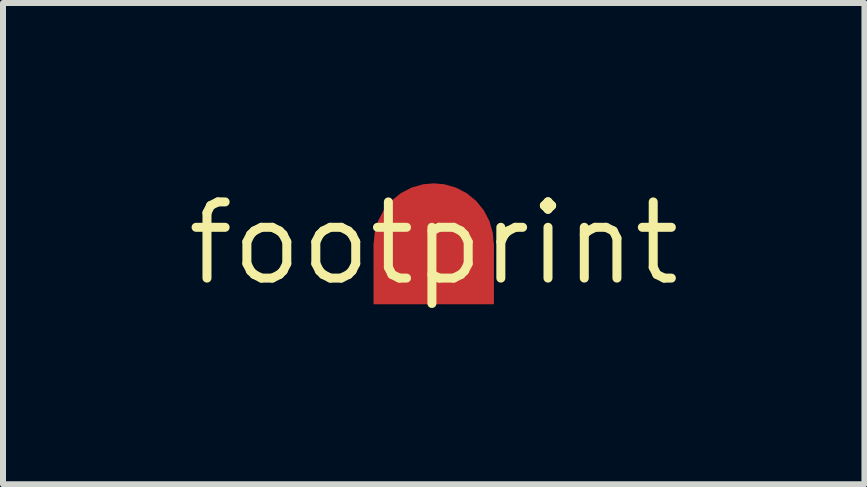
<source format=kicad_pcb>
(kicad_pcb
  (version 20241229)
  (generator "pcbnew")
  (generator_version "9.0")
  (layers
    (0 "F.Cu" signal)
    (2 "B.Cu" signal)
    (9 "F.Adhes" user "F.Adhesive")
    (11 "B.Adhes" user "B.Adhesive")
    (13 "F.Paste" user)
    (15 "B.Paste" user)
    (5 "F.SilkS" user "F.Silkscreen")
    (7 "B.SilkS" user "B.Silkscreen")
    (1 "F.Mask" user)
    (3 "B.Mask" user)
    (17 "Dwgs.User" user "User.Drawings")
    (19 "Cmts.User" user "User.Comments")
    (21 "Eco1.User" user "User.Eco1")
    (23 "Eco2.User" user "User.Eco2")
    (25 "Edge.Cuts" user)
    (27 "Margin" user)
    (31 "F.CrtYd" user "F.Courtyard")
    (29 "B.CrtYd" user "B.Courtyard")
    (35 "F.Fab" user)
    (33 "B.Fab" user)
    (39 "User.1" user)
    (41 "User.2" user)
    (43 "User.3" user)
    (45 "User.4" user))
  (footprint "footprint"
    (layer "F.Cu")
    (at 4.18 1.006)
    (property "Reference" "footprint" (at 0 0 0) (layer "F.SilkS") (effects (font (size 1.27 1.27) (thickness 0.15))))
    (pad "P$1" smd roundrect (at 0 0) (size 2 2) (layers "F.Cu" "F.Mask" "F.Paste") (roundrect_rratio 0.5))
    (pad "P$2" smd rect (at 0 0.508) (size 2.007 1.016) (layers "F.Cu" "F.Mask" "F.Paste")))
  (gr_rect
    (start -3 -3)
    (end 11.36 5.022)
    (stroke (width 0.1) (type default))
    (fill no)
    (layer "Edge.Cuts")))
</source>
